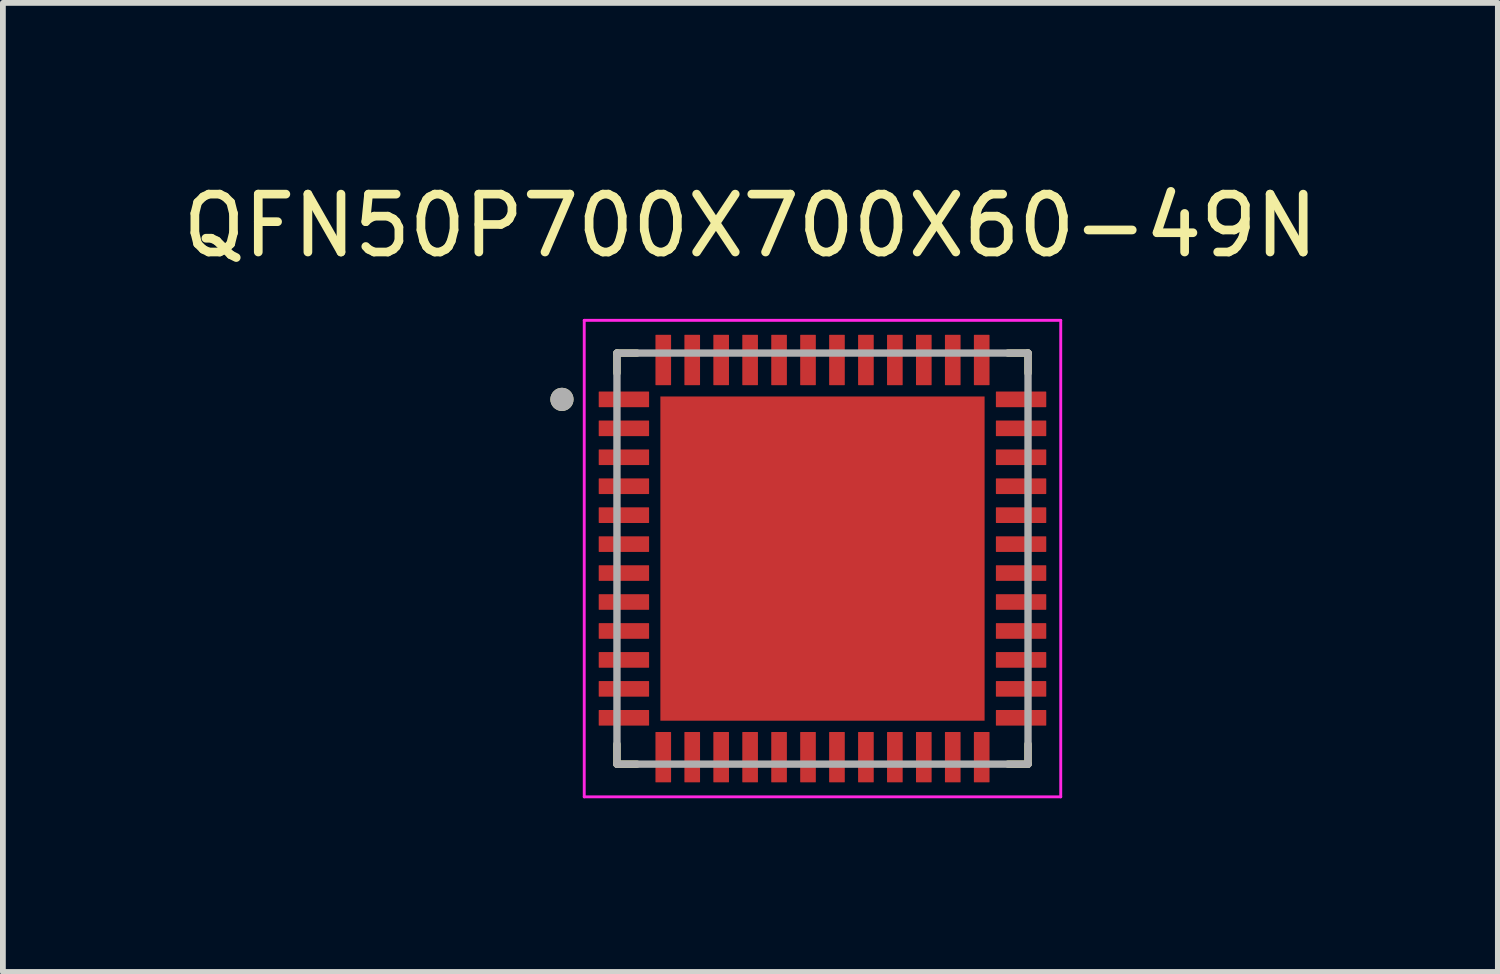
<source format=kicad_pcb>
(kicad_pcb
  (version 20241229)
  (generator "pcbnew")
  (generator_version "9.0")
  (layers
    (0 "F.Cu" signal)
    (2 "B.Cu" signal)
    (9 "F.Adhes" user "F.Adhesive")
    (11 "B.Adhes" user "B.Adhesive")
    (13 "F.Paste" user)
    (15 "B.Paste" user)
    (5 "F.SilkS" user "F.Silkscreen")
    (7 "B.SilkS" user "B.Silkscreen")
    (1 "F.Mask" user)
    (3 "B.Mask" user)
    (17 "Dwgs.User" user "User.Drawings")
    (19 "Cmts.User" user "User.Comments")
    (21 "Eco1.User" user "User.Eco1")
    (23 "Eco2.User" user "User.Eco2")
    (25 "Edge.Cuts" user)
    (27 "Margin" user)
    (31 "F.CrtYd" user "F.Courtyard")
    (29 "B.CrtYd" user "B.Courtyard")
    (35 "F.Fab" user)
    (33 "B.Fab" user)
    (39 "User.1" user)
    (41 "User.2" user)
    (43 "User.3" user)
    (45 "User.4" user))
  (footprint "QFN50P700X700X60-49N"
    (layer "F.Cu")
    (at 11.156 6.598)
    (property "Reference" "QFN50P700X700X60-49N" (at -1.245 -5.75 0) (layer "F.SilkS") (effects (font (size 1 1) (thickness 0.15))))
    (attr smd)
    (fp_line (start -3.55 -3.55) (end -3.55 -3.205) (stroke (width 0.127) (type solid)) (layer "F.SilkS"))
    (fp_line (start -3.55 -3.55) (end -3.205 -3.55) (stroke (width 0.127) (type solid)) (layer "F.SilkS"))
    (fp_line (start -3.55 3.55) (end -3.55 3.205) (stroke (width 0.127) (type solid)) (layer "F.SilkS"))
    (fp_line (start -3.55 3.55) (end -3.205 3.55) (stroke (width 0.127) (type solid)) (layer "F.SilkS"))
    (fp_line (start 3.55 -3.55) (end 3.205 -3.55) (stroke (width 0.127) (type solid)) (layer "F.SilkS"))
    (fp_line (start 3.55 -3.55) (end 3.55 -3.205) (stroke (width 0.127) (type solid)) (layer "F.SilkS"))
    (fp_line (start 3.55 3.55) (end 3.205 3.55) (stroke (width 0.127) (type solid)) (layer "F.SilkS"))
    (fp_line (start 3.55 3.55) (end 3.55 3.205) (stroke (width 0.127) (type solid)) (layer "F.SilkS"))
    (fp_circle (center -4.5 -2.75) (end -4.4 -2.75) (stroke (width 0.2) (type solid)) (fill no) (layer "F.SilkS"))
    (fp_poly (pts (xy -2.29 -2.29) (xy -0.51 -2.29) (xy -0.51 -0.51) (xy -2.29 -0.51)) (stroke (width 0.01) (type solid)) (fill yes) (layer "F.Paste"))
    (fp_poly (pts (xy -2.29 0.51) (xy -0.51 0.51) (xy -0.51 2.29) (xy -2.29 2.29)) (stroke (width 0.01) (type solid)) (fill yes) (layer "F.Paste"))
    (fp_poly (pts (xy 0.51 -2.29) (xy 2.29 -2.29) (xy 2.29 -0.51) (xy 0.51 -0.51)) (stroke (width 0.01) (type solid)) (fill yes) (layer "F.Paste"))
    (fp_poly (pts (xy 0.51 0.51) (xy 2.29 0.51) (xy 2.29 2.29) (xy 0.51 2.29)) (stroke (width 0.01) (type solid)) (fill yes) (layer "F.Paste"))
    (fp_line (start -4.115 -4.115) (end 4.115 -4.115) (stroke (width 0.05) (type solid)) (layer "F.CrtYd"))
    (fp_line (start -4.115 4.115) (end -4.115 -4.115) (stroke (width 0.05) (type solid)) (layer "F.CrtYd"))
    (fp_line (start -4.115 4.115) (end 4.115 4.115) (stroke (width 0.05) (type solid)) (layer "F.CrtYd"))
    (fp_line (start 4.115 4.115) (end 4.115 -4.115) (stroke (width 0.05) (type solid)) (layer "F.CrtYd"))
    (fp_line (start -3.55 3.55) (end -3.55 -3.55) (stroke (width 0.127) (type solid)) (layer "F.Fab"))
    (fp_line (start 3.55 -3.55) (end -3.55 -3.55) (stroke (width 0.127) (type solid)) (layer "F.Fab"))
    (fp_line (start 3.55 3.55) (end -3.55 3.55) (stroke (width 0.127) (type solid)) (layer "F.Fab"))
    (fp_line (start 3.55 3.55) (end 3.55 -3.55) (stroke (width 0.127) (type solid)) (layer "F.Fab"))
    (fp_circle (center -4.5 -2.75) (end -4.4 -2.75) (stroke (width 0.2) (type solid)) (fill no) (layer "F.Fab"))
    (pad "1" smd roundrect (at -3.43 -2.75) (size 0.87 0.27) (layers "F.Cu" "F.Mask" "F.Paste") (roundrect_rratio 0.03))
    (pad "2" smd roundrect (at -3.43 -2.25) (size 0.87 0.27) (layers "F.Cu" "F.Mask" "F.Paste") (roundrect_rratio 0.03))
    (pad "3" smd roundrect (at -3.43 -1.75) (size 0.87 0.27) (layers "F.Cu" "F.Mask" "F.Paste") (roundrect_rratio 0.03))
    (pad "4" smd roundrect (at -3.43 -1.25) (size 0.87 0.27) (layers "F.Cu" "F.Mask" "F.Paste") (roundrect_rratio 0.03))
    (pad "5" smd roundrect (at -3.43 -0.75) (size 0.87 0.27) (layers "F.Cu" "F.Mask" "F.Paste") (roundrect_rratio 0.03))
    (pad "6" smd roundrect (at -3.43 -0.25) (size 0.87 0.27) (layers "F.Cu" "F.Mask" "F.Paste") (roundrect_rratio 0.03))
    (pad "7" smd roundrect (at -3.43 0.25) (size 0.87 0.27) (layers "F.Cu" "F.Mask" "F.Paste") (roundrect_rratio 0.03))
    (pad "8" smd roundrect (at -3.43 0.75) (size 0.87 0.27) (layers "F.Cu" "F.Mask" "F.Paste") (roundrect_rratio 0.03))
    (pad "9" smd roundrect (at -3.43 1.25) (size 0.87 0.27) (layers "F.Cu" "F.Mask" "F.Paste") (roundrect_rratio 0.03))
    (pad "10" smd roundrect (at -3.43 1.75) (size 0.87 0.27) (layers "F.Cu" "F.Mask" "F.Paste") (roundrect_rratio 0.03))
    (pad "11" smd roundrect (at -3.43 2.25) (size 0.87 0.27) (layers "F.Cu" "F.Mask" "F.Paste") (roundrect_rratio 0.03))
    (pad "12" smd roundrect (at -3.43 2.75) (size 0.87 0.27) (layers "F.Cu" "F.Mask" "F.Paste") (roundrect_rratio 0.03))
    (pad "13" smd roundrect (at -2.75 3.43 90) (size 0.87 0.27) (layers "F.Cu" "F.Mask" "F.Paste") (roundrect_rratio 0.03))
    (pad "14" smd roundrect (at -2.25 3.43 90) (size 0.87 0.27) (layers "F.Cu" "F.Mask" "F.Paste") (roundrect_rratio 0.03))
    (pad "15" smd roundrect (at -1.75 3.43 90) (size 0.87 0.27) (layers "F.Cu" "F.Mask" "F.Paste") (roundrect_rratio 0.03))
    (pad "16" smd roundrect (at -1.25 3.43 90) (size 0.87 0.27) (layers "F.Cu" "F.Mask" "F.Paste") (roundrect_rratio 0.03))
    (pad "17" smd roundrect (at -0.75 3.43 90) (size 0.87 0.27) (layers "F.Cu" "F.Mask" "F.Paste") (roundrect_rratio 0.03))
    (pad "18" smd roundrect (at -0.25 3.43 90) (size 0.87 0.27) (layers "F.Cu" "F.Mask" "F.Paste") (roundrect_rratio 0.03))
    (pad "19" smd roundrect (at 0.25 3.43 90) (size 0.87 0.27) (layers "F.Cu" "F.Mask" "F.Paste") (roundrect_rratio 0.03))
    (pad "20" smd roundrect (at 0.75 3.43 90) (size 0.87 0.27) (layers "F.Cu" "F.Mask" "F.Paste") (roundrect_rratio 0.03))
    (pad "21" smd roundrect (at 1.25 3.43 90) (size 0.87 0.27) (layers "F.Cu" "F.Mask" "F.Paste") (roundrect_rratio 0.03))
    (pad "22" smd roundrect (at 1.75 3.43 90) (size 0.87 0.27) (layers "F.Cu" "F.Mask" "F.Paste") (roundrect_rratio 0.03))
    (pad "23" smd roundrect (at 2.25 3.43 90) (size 0.87 0.27) (layers "F.Cu" "F.Mask" "F.Paste") (roundrect_rratio 0.03))
    (pad "24" smd roundrect (at 2.75 3.43 90) (size 0.87 0.27) (layers "F.Cu" "F.Mask" "F.Paste") (roundrect_rratio 0.03))
    (pad "25" smd roundrect (at 3.43 2.75) (size 0.87 0.27) (layers "F.Cu" "F.Mask" "F.Paste") (roundrect_rratio 0.03))
    (pad "26" smd roundrect (at 3.43 2.25) (size 0.87 0.27) (layers "F.Cu" "F.Mask" "F.Paste") (roundrect_rratio 0.03))
    (pad "27" smd roundrect (at 3.43 1.75) (size 0.87 0.27) (layers "F.Cu" "F.Mask" "F.Paste") (roundrect_rratio 0.03))
    (pad "28" smd roundrect (at 3.43 1.25) (size 0.87 0.27) (layers "F.Cu" "F.Mask" "F.Paste") (roundrect_rratio 0.03))
    (pad "29" smd roundrect (at 3.43 0.75) (size 0.87 0.27) (layers "F.Cu" "F.Mask" "F.Paste") (roundrect_rratio 0.03))
    (pad "30" smd roundrect (at 3.43 0.25) (size 0.87 0.27) (layers "F.Cu" "F.Mask" "F.Paste") (roundrect_rratio 0.03))
    (pad "31" smd roundrect (at 3.43 -0.25) (size 0.87 0.27) (layers "F.Cu" "F.Mask" "F.Paste") (roundrect_rratio 0.03))
    (pad "32" smd roundrect (at 3.43 -0.75) (size 0.87 0.27) (layers "F.Cu" "F.Mask" "F.Paste") (roundrect_rratio 0.03))
    (pad "33" smd roundrect (at 3.43 -1.25) (size 0.87 0.27) (layers "F.Cu" "F.Mask" "F.Paste") (roundrect_rratio 0.03))
    (pad "34" smd roundrect (at 3.43 -1.75) (size 0.87 0.27) (layers "F.Cu" "F.Mask" "F.Paste") (roundrect_rratio 0.03))
    (pad "35" smd roundrect (at 3.43 -2.25) (size 0.87 0.27) (layers "F.Cu" "F.Mask" "F.Paste") (roundrect_rratio 0.03))
    (pad "36" smd roundrect (at 3.43 -2.75) (size 0.87 0.27) (layers "F.Cu" "F.Mask" "F.Paste") (roundrect_rratio 0.03))
    (pad "37" smd roundrect (at 2.75 -3.43 90) (size 0.87 0.27) (layers "F.Cu" "F.Mask" "F.Paste") (roundrect_rratio 0.03))
    (pad "38" smd roundrect (at 2.25 -3.43 90) (size 0.87 0.27) (layers "F.Cu" "F.Mask" "F.Paste") (roundrect_rratio 0.03))
    (pad "39" smd roundrect (at 1.75 -3.43 90) (size 0.87 0.27) (layers "F.Cu" "F.Mask" "F.Paste") (roundrect_rratio 0.03))
    (pad "40" smd roundrect (at 1.25 -3.43 90) (size 0.87 0.27) (layers "F.Cu" "F.Mask" "F.Paste") (roundrect_rratio 0.03))
    (pad "41" smd roundrect (at 0.75 -3.43 90) (size 0.87 0.27) (layers "F.Cu" "F.Mask" "F.Paste") (roundrect_rratio 0.03))
    (pad "42" smd roundrect (at 0.25 -3.43 90) (size 0.87 0.27) (layers "F.Cu" "F.Mask" "F.Paste") (roundrect_rratio 0.03))
    (pad "43" smd roundrect (at -0.25 -3.43 90) (size 0.87 0.27) (layers "F.Cu" "F.Mask" "F.Paste") (roundrect_rratio 0.03))
    (pad "44" smd roundrect (at -0.75 -3.43 90) (size 0.87 0.27) (layers "F.Cu" "F.Mask" "F.Paste") (roundrect_rratio 0.03))
    (pad "45" smd roundrect (at -1.25 -3.43 90) (size 0.87 0.27) (layers "F.Cu" "F.Mask" "F.Paste") (roundrect_rratio 0.03))
    (pad "46" smd roundrect (at -1.75 -3.43 90) (size 0.87 0.27) (layers "F.Cu" "F.Mask" "F.Paste") (roundrect_rratio 0.03))
    (pad "47" smd roundrect (at -2.25 -3.43 90) (size 0.87 0.27) (layers "F.Cu" "F.Mask" "F.Paste") (roundrect_rratio 0.03))
    (pad "48" smd roundrect (at -2.75 -3.43 90) (size 0.87 0.27) (layers "F.Cu" "F.Mask" "F.Paste") (roundrect_rratio 0.03))
    (pad "49" smd rect (at 0 0) (size 5.6 5.6) (layers "F.Cu" "F.Mask")))
  (gr_rect
    (start -3 -3)
    (end 22.821 13.738)
    (stroke (width 0.1) (type default))
    (fill no)
    (layer "Edge.Cuts")))
</source>
